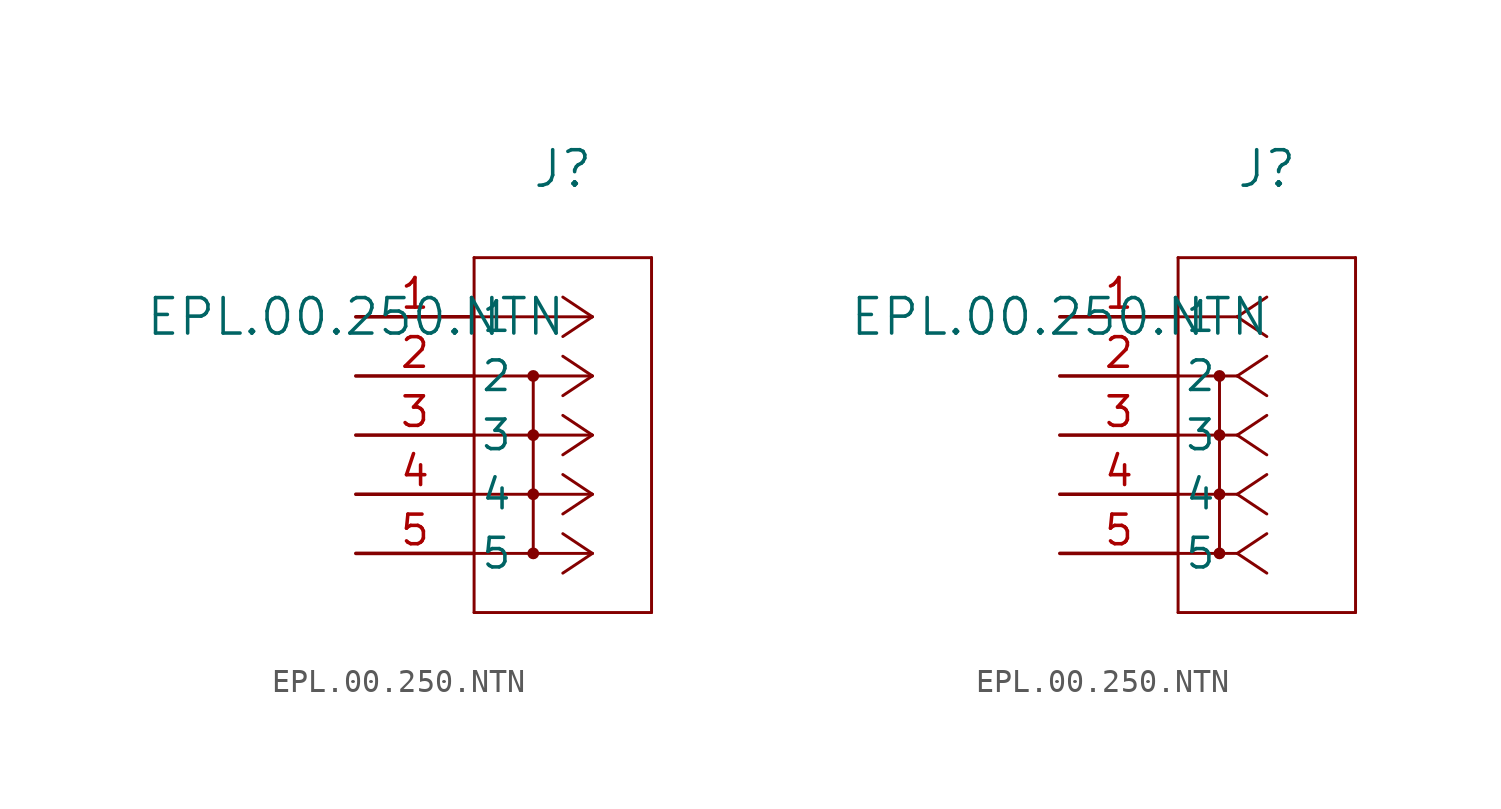
<source format=kicad_sym>
(kicad_symbol_lib
  (version 20211014)
  (generator kicad_symbol_editor)
  (symbol "EPL.00.250.NTN"
    (pin_names
      (offset 0.254))
    (property "Reference" "J"
      (at 8.89 6.35 0)
      (effects (font (size 1.524 1.524))))
    (property "Value" "EPL.00.250.NTN"
      (at 0 0 0)
      (effects (font (size 1.524 1.524))))
    (symbol "EPL.00.250.NTN_1_1"
      (polyline (pts (xy 10.16 0) (xy 5.08 0)) (stroke (width 0.127) (type default) (color 0 0 0 0)) (fill (type none)))
      (polyline (pts (xy 10.16 -2.54) (xy 5.08 -2.54)) (stroke (width 0.127) (type default) (color 0 0 0 0)) (fill (type none)))
      (polyline (pts (xy 10.16 -5.08) (xy 5.08 -5.08)) (stroke (width 0.127) (type default) (color 0 0 0 0)) (fill (type none)))
      (polyline (pts (xy 10.16 -7.62) (xy 5.08 -7.62)) (stroke (width 0.127) (type default) (color 0 0 0 0)) (fill (type none)))
      (polyline (pts (xy 10.16 -10.16) (xy 5.08 -10.16)) (stroke (width 0.127) (type default) (color 0 0 0 0)) (fill (type none)))
      (polyline (pts (xy 10.16 0) (xy 8.89 0.847)) (stroke (width 0.127) (type default) (color 0 0 0 0)) (fill (type none)))
      (polyline (pts (xy 10.16 -2.54) (xy 8.89 -1.693)) (stroke (width 0.127) (type default) (color 0 0 0 0)) (fill (type none)))
      (polyline (pts (xy 10.16 -5.08) (xy 8.89 -4.233)) (stroke (width 0.127) (type default) (color 0 0 0 0)) (fill (type none)))
      (polyline (pts (xy 10.16 -7.62) (xy 8.89 -6.773)) (stroke (width 0.127) (type default) (color 0 0 0 0)) (fill (type none)))
      (polyline (pts (xy 10.16 -10.16) (xy 8.89 -9.313)) (stroke (width 0.127) (type default) (color 0 0 0 0)) (fill (type none)))
      (polyline (pts (xy 10.16 0) (xy 8.89 -0.847)) (stroke (width 0.127) (type default) (color 0 0 0 0)) (fill (type none)))
      (polyline (pts (xy 10.16 -2.54) (xy 8.89 -3.387)) (stroke (width 0.127) (type default) (color 0 0 0 0)) (fill (type none)))
      (polyline (pts (xy 10.16 -5.08) (xy 8.89 -5.927)) (stroke (width 0.127) (type default) (color 0 0 0 0)) (fill (type none)))
      (polyline (pts (xy 10.16 -7.62) (xy 8.89 -8.467)) (stroke (width 0.127) (type default) (color 0 0 0 0)) (fill (type none)))
      (polyline (pts (xy 10.16 -10.16) (xy 8.89 -11.007)) (stroke (width 0.127) (type default) (color 0 0 0 0)) (fill (type none)))
      (polyline (pts (xy 5.08 2.54) (xy 5.08 -12.7)) (stroke (width 0.127) (type default) (color 0 0 0 0)) (fill (type none)))
      (polyline (pts (xy 5.08 -12.7) (xy 12.7 -12.7)) (stroke (width 0.127) (type default) (color 0 0 0 0)) (fill (type none)))
      (polyline (pts (xy 12.7 -12.7) (xy 12.7 2.54)) (stroke (width 0.127) (type default) (color 0 0 0 0)) (fill (type none)))
      (polyline (pts (xy 12.7 2.54) (xy 5.08 2.54)) (stroke (width 0.127) (type default) (color 0 0 0 0)) (fill (type none)))
      (polyline (pts (xy 7.62 -2.54) (xy 7.62 -10.16)) (stroke (width 0.127) (type default) (color 0 0 0 0)) (fill (type none)))
      (circle (center 7.62 -2.54) (radius 0.127) (stroke (width 0.254) (type default) (color 0 0 0 0)) (fill (type none)))
      (circle (center 7.62 -5.08) (radius 0.127) (stroke (width 0.254) (type default) (color 0 0 0 0)) (fill (type none)))
      (circle (center 7.62 -7.62) (radius 0.127) (stroke (width 0.254) (type default) (color 0 0 0 0)) (fill (type none)))
      (circle (center 7.62 -10.16) (radius 0.127) (stroke (width 0.254) (type default) (color 0 0 0 0)) (fill (type none)))
      (pin unspecified line (at 0 0 0) (length 5.08) (name "1" (effects (font (size 1.27 1.27)))) (number "1" (effects (font (size 1.27 1.27)))))
      (pin unspecified line (at 0 -2.54 0) (length 5.08) (name "2" (effects (font (size 1.27 1.27)))) (number "2" (effects (font (size 1.27 1.27)))))
      (pin unspecified line (at 0 -5.08 0) (length 5.08) (name "3" (effects (font (size 1.27 1.27)))) (number "3" (effects (font (size 1.27 1.27)))))
      (pin unspecified line (at 0 -7.62 0) (length 5.08) (name "4" (effects (font (size 1.27 1.27)))) (number "4" (effects (font (size 1.27 1.27)))))
      (pin unspecified line (at 0 -10.16 0) (length 5.08) (name "5" (effects (font (size 1.27 1.27)))) (number "5" (effects (font (size 1.27 1.27))))))
    (symbol "EPL.00.250.NTN_1_2"
      (polyline (pts (xy 7.62 0) (xy 5.08 0)) (stroke (width 0.127) (type default) (color 0 0 0 0)) (fill (type none)))
      (polyline (pts (xy 7.62 -2.54) (xy 5.08 -2.54)) (stroke (width 0.127) (type default) (color 0 0 0 0)) (fill (type none)))
      (polyline (pts (xy 7.62 -5.08) (xy 5.08 -5.08)) (stroke (width 0.127) (type default) (color 0 0 0 0)) (fill (type none)))
      (polyline (pts (xy 7.62 -7.62) (xy 5.08 -7.62)) (stroke (width 0.127) (type default) (color 0 0 0 0)) (fill (type none)))
      (polyline (pts (xy 7.62 -10.16) (xy 5.08 -10.16)) (stroke (width 0.127) (type default) (color 0 0 0 0)) (fill (type none)))
      (polyline (pts (xy 7.62 0) (xy 8.89 0.847)) (stroke (width 0.127) (type default) (color 0 0 0 0)) (fill (type none)))
      (polyline (pts (xy 7.62 -2.54) (xy 8.89 -1.693)) (stroke (width 0.127) (type default) (color 0 0 0 0)) (fill (type none)))
      (polyline (pts (xy 7.62 -5.08) (xy 8.89 -4.233)) (stroke (width 0.127) (type default) (color 0 0 0 0)) (fill (type none)))
      (polyline (pts (xy 7.62 -7.62) (xy 8.89 -6.773)) (stroke (width 0.127) (type default) (color 0 0 0 0)) (fill (type none)))
      (polyline (pts (xy 7.62 -10.16) (xy 8.89 -9.313)) (stroke (width 0.127) (type default) (color 0 0 0 0)) (fill (type none)))
      (polyline (pts (xy 7.62 0) (xy 8.89 -0.847)) (stroke (width 0.127) (type default) (color 0 0 0 0)) (fill (type none)))
      (polyline (pts (xy 7.62 -2.54) (xy 8.89 -3.387)) (stroke (width 0.127) (type default) (color 0 0 0 0)) (fill (type none)))
      (polyline (pts (xy 7.62 -5.08) (xy 8.89 -5.927)) (stroke (width 0.127) (type default) (color 0 0 0 0)) (fill (type none)))
      (polyline (pts (xy 7.62 -7.62) (xy 8.89 -8.467)) (stroke (width 0.127) (type default) (color 0 0 0 0)) (fill (type none)))
      (polyline (pts (xy 7.62 -10.16) (xy 8.89 -11.007)) (stroke (width 0.127) (type default) (color 0 0 0 0)) (fill (type none)))
      (polyline (pts (xy 5.08 2.54) (xy 5.08 -12.7)) (stroke (width 0.127) (type default) (color 0 0 0 0)) (fill (type none)))
      (polyline (pts (xy 5.08 -12.7) (xy 12.7 -12.7)) (stroke (width 0.127) (type default) (color 0 0 0 0)) (fill (type none)))
      (polyline (pts (xy 12.7 -12.7) (xy 12.7 2.54)) (stroke (width 0.127) (type default) (color 0 0 0 0)) (fill (type none)))
      (polyline (pts (xy 12.7 2.54) (xy 5.08 2.54)) (stroke (width 0.127) (type default) (color 0 0 0 0)) (fill (type none)))
      (polyline (pts (xy 6.858 -2.54) (xy 6.858 -10.16)) (stroke (width 0.127) (type default) (color 0 0 0 0)) (fill (type none)))
      (circle (center 6.858 -5.08) (radius 0.127) (stroke (width 0.254) (type default) (color 0 0 0 0)) (fill (type none)))
      (circle (center 6.858 -2.54) (radius 0.127) (stroke (width 0.254) (type default) (color 0 0 0 0)) (fill (type none)))
      (circle (center 6.858 -10.16) (radius 0.127) (stroke (width 0.254) (type default) (color 0 0 0 0)) (fill (type none)))
      (circle (center 6.858 -7.62) (radius 0.127) (stroke (width 0.254) (type default) (color 0 0 0 0)) (fill (type none)))
      (pin unspecified line (at 0 0 0) (length 5.08) (name "1" (effects (font (size 1.27 1.27)))) (number "1" (effects (font (size 1.27 1.27)))))
      (pin unspecified line (at 0 -2.54 0) (length 5.08) (name "2" (effects (font (size 1.27 1.27)))) (number "2" (effects (font (size 1.27 1.27)))))
      (pin unspecified line (at 0 -5.08 0) (length 5.08) (name "3" (effects (font (size 1.27 1.27)))) (number "3" (effects (font (size 1.27 1.27)))))
      (pin unspecified line (at 0 -7.62 0) (length 5.08) (name "4" (effects (font (size 1.27 1.27)))) (number "4" (effects (font (size 1.27 1.27)))))
      (pin unspecified line (at 0 -10.16 0) (length 5.08) (name "5" (effects (font (size 1.27 1.27)))) (number "5" (effects (font (size 1.27 1.27))))))))
</source>
